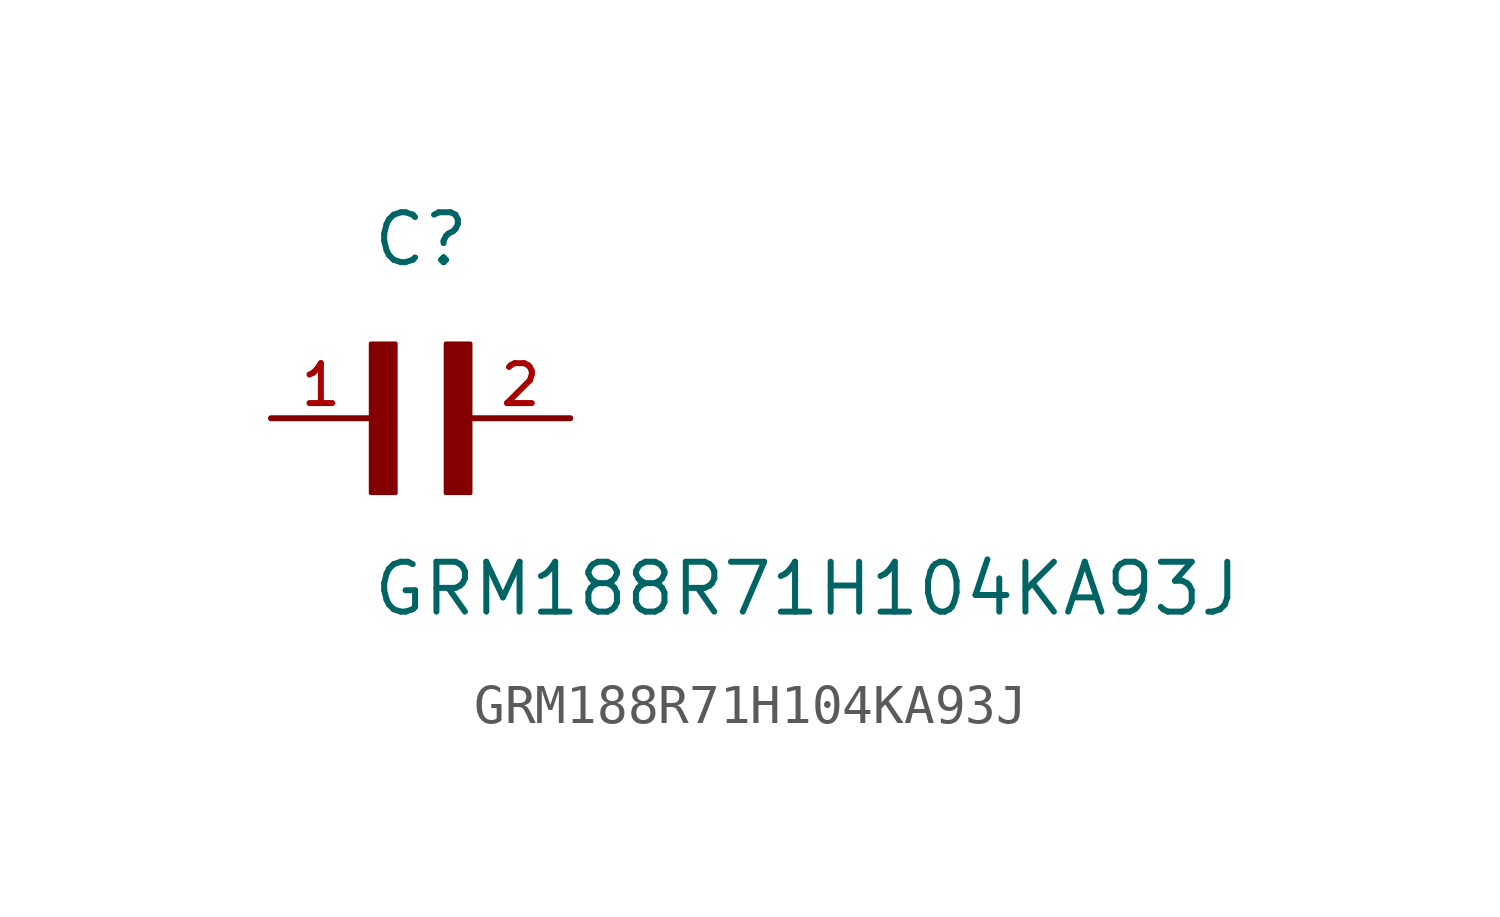
<source format=kicad_sym>
(kicad_symbol_lib
  (version 20241209)
  (generator "kicad_symbol_editor")
  (generator_version "9.0")
  (symbol "GRM188R71H104KA93J"
    (pin_names
      (offset 1.016))
    (property "Reference" "C"
      (at 0 3.811 0)
      (effects (font (size 1.27 1.27)) (justify left bottom)))
    (property "Value" "GRM188R71H104KA93J"
      (at 0 -5.088 0)
      (effects (font (size 1.27 1.27)) (justify left bottom)))
    (symbol "GRM188R71H104KA93J_0_0"
      (rectangle (start 0 -1.907) (end 0.635 1.905) (stroke (width 0.1) (type default)) (fill (type outline)))
      (rectangle (start 1.907 -1.907) (end 2.54 1.905) (stroke (width 0.1) (type default)) (fill (type outline)))
      (pin passive line (at -2.54 0 0) (length 2.54) (name "~" (effects (font (size 1.016 1.016)))) (number "1" (effects (font (size 1.016 1.016)))))
      (pin passive line (at 5.08 0 180) (length 2.54) (name "~" (effects (font (size 1.016 1.016)))) (number "2" (effects (font (size 1.016 1.016))))))))
</source>
